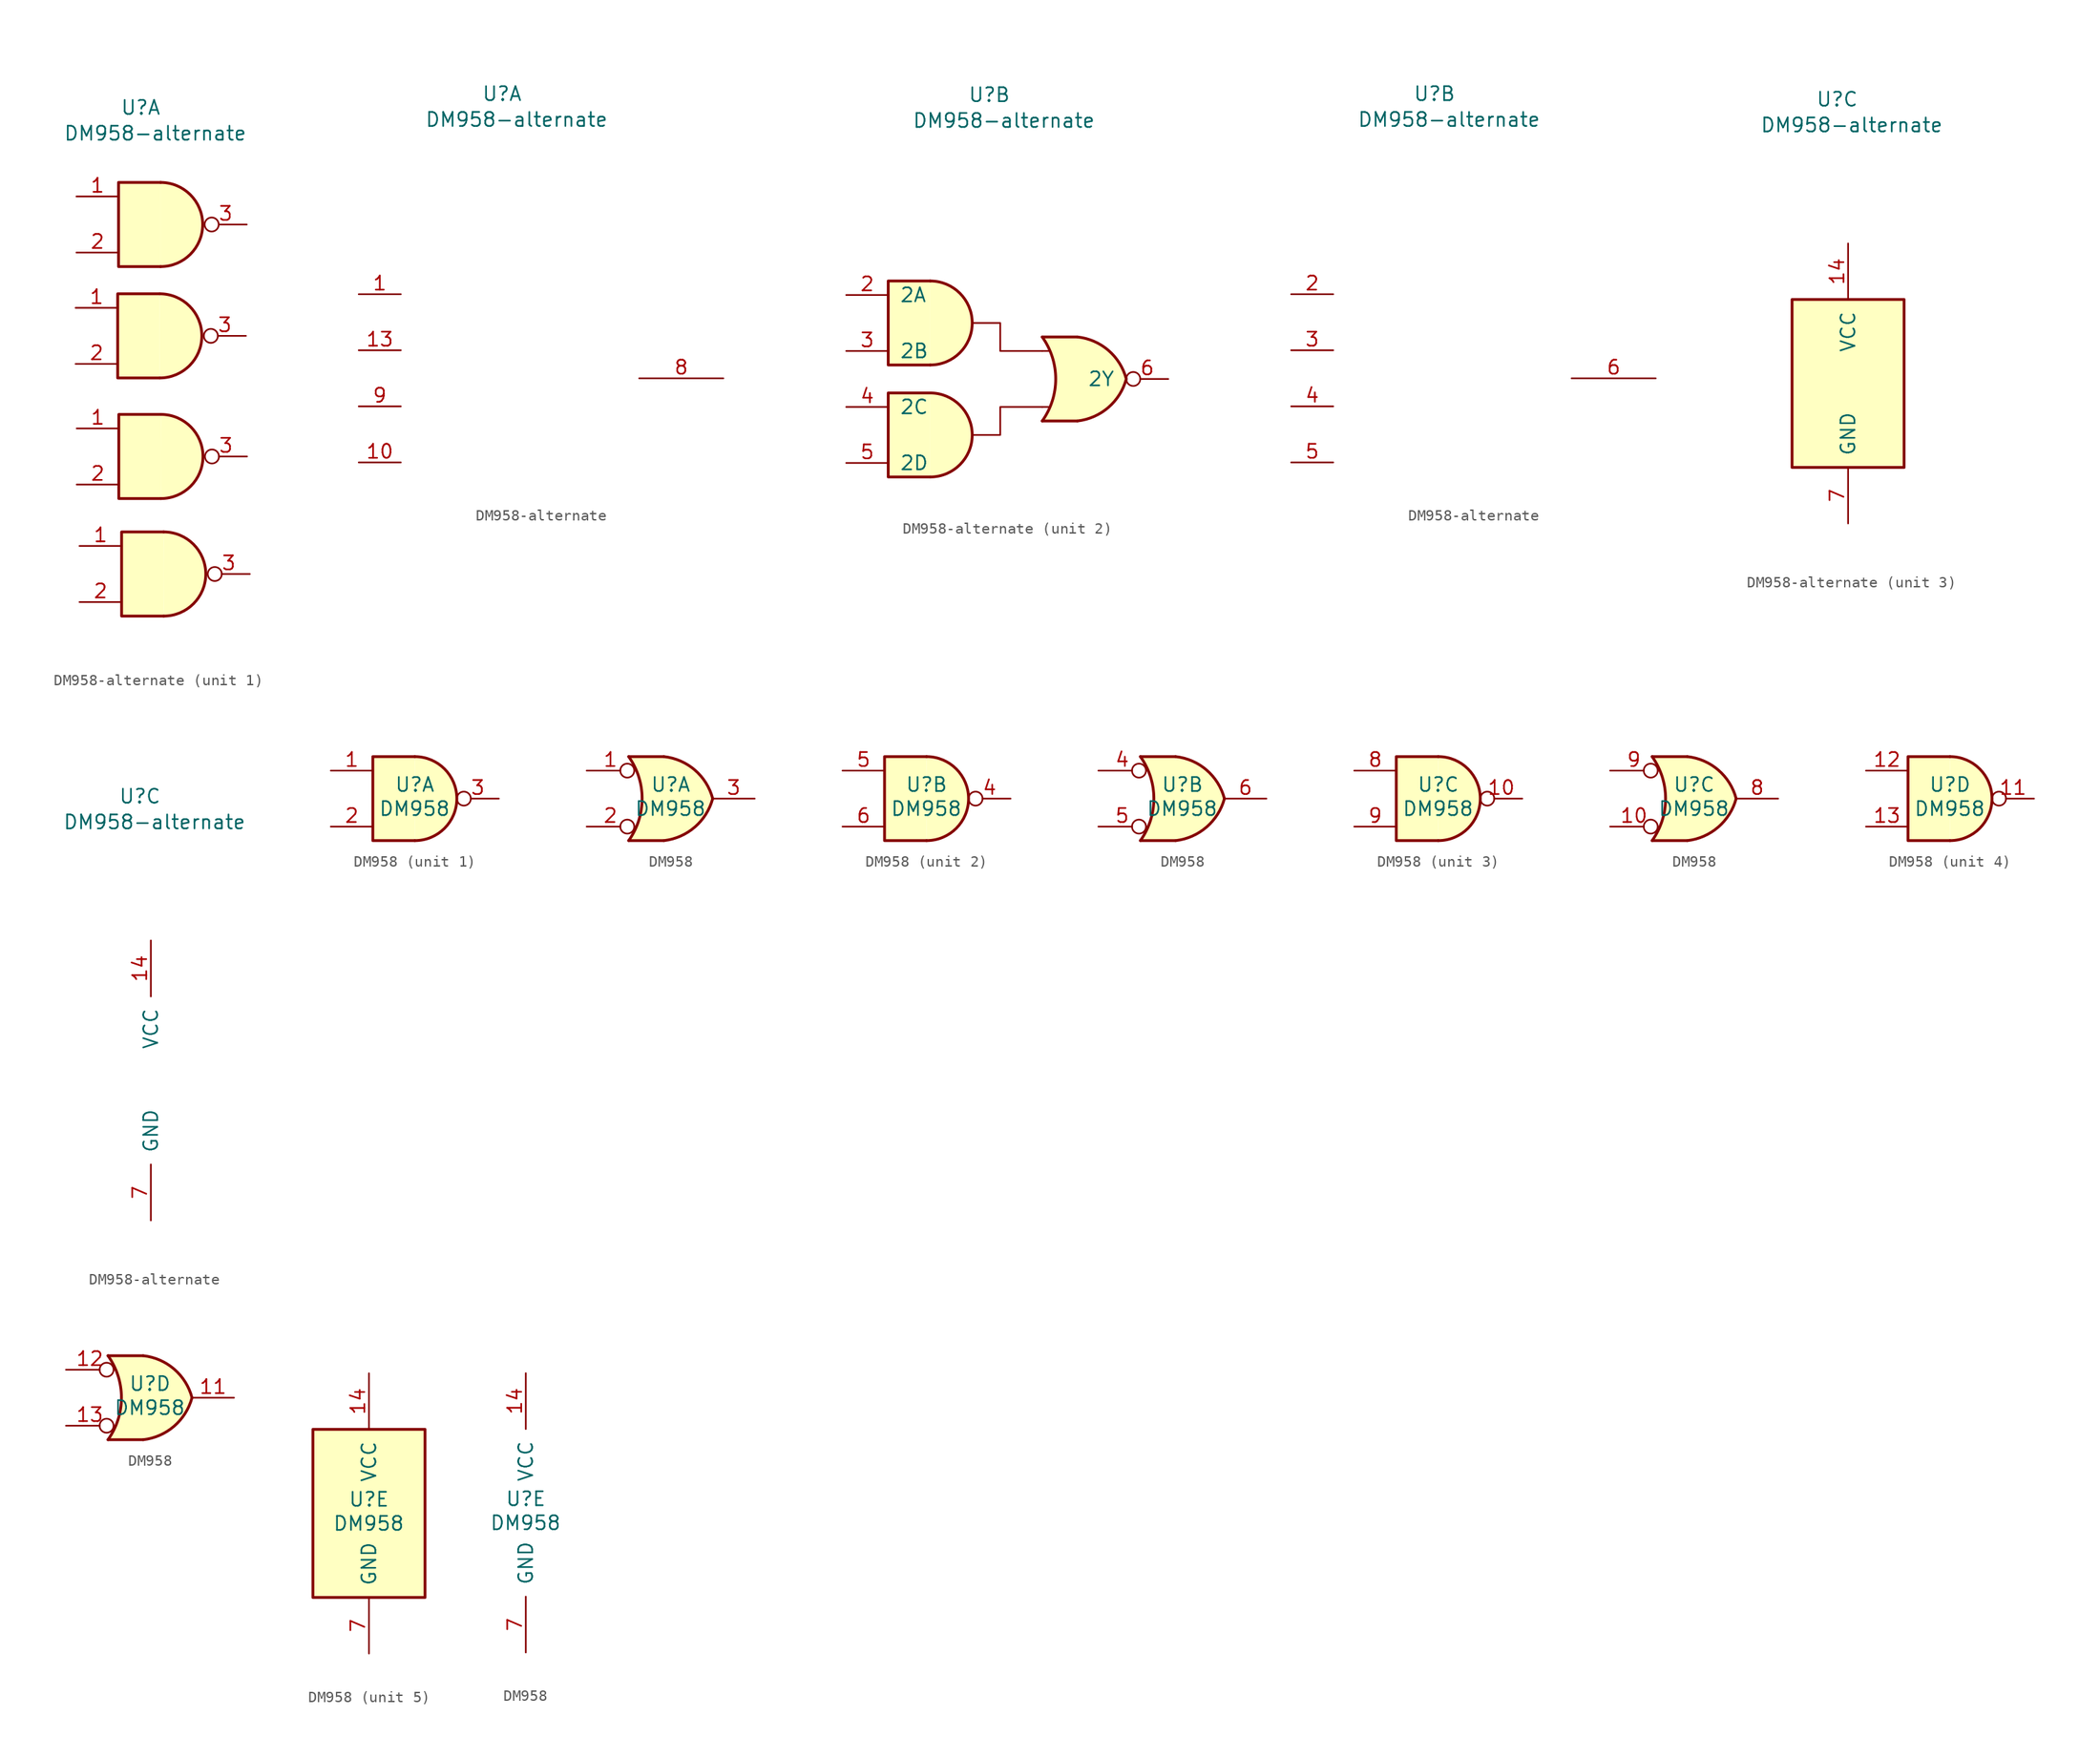
<source format=kicad_sym>
(kicad_symbol_lib
  (version 20220914)
  (generator kicad_symbol_editor)
  (symbol "DM958-alternate"
    (pin_names
      (offset 1.016))
    (property "Reference" "U"
      (at -0.991 25.781 0)
      (effects (font (size 1.27 1.27))))
    (property "Value" "DM958-alternate"
      (at 0.33 23.444 0)
      (effects (font (size 1.27 1.27))))
    (property "ki_locked" ""
      (at 0 0 0)
      (effects (font (size 1.27 1.27))))
    (symbol "DM958-alternate_1_1"
      (polyline (pts (xy 0.737 8.915) (xy -3.073 8.915) (xy -3.073 1.295) (xy 0.737 1.295)) (stroke (width 0.254) (type default)) (fill (type background)))
      (polyline (pts (xy 0.813 18.999) (xy -2.997 18.999) (xy -2.997 11.379) (xy 0.813 11.379)) (stroke (width 0.254) (type default)) (fill (type background)))
      (polyline (pts (xy 0.838 -2.007) (xy -2.972 -2.007) (xy -2.972 -9.627) (xy 0.838 -9.627)) (stroke (width 0.254) (type default)) (fill (type background)))
      (polyline (pts (xy 1.092 -12.649) (xy -2.718 -12.649) (xy -2.718 -20.269) (xy 1.092 -20.269)) (stroke (width 0.254) (type default)) (fill (type background)))
      (arc (start 0.7366 1.2954) (mid 4.53 5.1054) (end 0.7366 8.9154) (stroke (width 0.254) (type default)) (fill (type background)))
      (arc (start 0.8128 11.3792) (mid 4.6062 15.1892) (end 0.8128 18.9992) (stroke (width 0.254) (type default)) (fill (type background)))
      (arc (start 0.8382 -9.6266) (mid 4.6316 -5.8166) (end 0.8382 -2.0066) (stroke (width 0.254) (type default)) (fill (type background)))
      (arc (start 1.0922 -20.2692) (mid 4.8856 -16.4592) (end 1.0922 -12.6492) (stroke (width 0.254) (type default)) (fill (type background)))
      (pin input line (at -6.883 7.645 0) (length 3.81) (name "" (effects (font (size 1.27 1.27)))) (number "1" (effects (font (size 1.27 1.27)))))
      (pin input line (at -6.807 17.729 0) (length 3.81) (name "" (effects (font (size 1.27 1.27)))) (number "1" (effects (font (size 1.27 1.27)))))
      (pin input line (at -6.782 -3.277 0) (length 3.81) (name "" (effects (font (size 1.27 1.27)))) (number "1" (effects (font (size 1.27 1.27)))))
      (pin input line (at -6.528 -13.919 0) (length 3.81) (name "" (effects (font (size 1.27 1.27)))) (number "1" (effects (font (size 1.27 1.27)))))
      (pin input line (at -6.883 2.565 0) (length 3.81) (name "" (effects (font (size 1.27 1.27)))) (number "2" (effects (font (size 1.27 1.27)))))
      (pin input line (at -6.807 12.649 0) (length 3.81) (name "" (effects (font (size 1.27 1.27)))) (number "2" (effects (font (size 1.27 1.27)))))
      (pin input line (at -6.782 -8.357 0) (length 3.81) (name "" (effects (font (size 1.27 1.27)))) (number "2" (effects (font (size 1.27 1.27)))))
      (pin input line (at -6.528 -18.999 0) (length 3.81) (name "" (effects (font (size 1.27 1.27)))) (number "2" (effects (font (size 1.27 1.27)))))
      (pin output inverted (at 8.534 5.105 180) (length 3.81) (name "" (effects (font (size 1.27 1.27)))) (number "3" (effects (font (size 1.27 1.27)))))
      (pin output inverted (at 8.611 15.189 180) (length 3.81) (name "" (effects (font (size 1.27 1.27)))) (number "3" (effects (font (size 1.27 1.27)))))
      (pin output inverted (at 8.636 -5.817 180) (length 3.81) (name "" (effects (font (size 1.27 1.27)))) (number "3" (effects (font (size 1.27 1.27)))))
      (pin output inverted (at 8.89 -16.459 180) (length 3.81) (name "" (effects (font (size 1.27 1.27)))) (number "3" (effects (font (size 1.27 1.27))))))
    (symbol "DM958-alternate_1_2"
      (pin input line (at -13.97 7.62 0) (length 3.81) (name "~" (effects (font (size 1.27 1.27)))) (number "1" (effects (font (size 1.27 1.27)))))
      (pin input line (at -13.97 -7.62 0) (length 3.81) (name "~" (effects (font (size 1.27 1.27)))) (number "10" (effects (font (size 1.27 1.27)))))
      (pin input line (at -13.97 2.54 0) (length 3.81) (name "~" (effects (font (size 1.27 1.27)))) (number "13" (effects (font (size 1.27 1.27)))))
      (pin output line (at 19.05 0 180) (length 7.62) (name "" (effects (font (size 1.27 1.27)))) (number "8" (effects (font (size 1.27 1.27)))))
      (pin input line (at -13.97 -2.54 0) (length 3.81) (name "~" (effects (font (size 1.27 1.27)))) (number "9" (effects (font (size 1.27 1.27))))))
    (symbol "DM958-alternate_2_1"
      (arc (start -6.35 -8.89) (mid -2.5566 -5.08) (end -6.35 -1.27) (stroke (width 0.254) (type default)) (fill (type background)))
      (arc (start -6.35 1.27) (mid -2.5566 5.08) (end -6.35 8.89) (stroke (width 0.254) (type default)) (fill (type background)))
      (polyline (pts (xy 3.81 -3.81) (xy 6.985 -3.81)) (stroke (width 0.254) (type default)) (fill (type background)))
      (polyline (pts (xy 3.81 -2.54) (xy 4.521 -2.54)) (stroke (width 0) (type default)) (fill (type none)))
      (polyline (pts (xy 3.81 2.54) (xy 4.521 2.54)) (stroke (width 0) (type default)) (fill (type none)))
      (polyline (pts (xy 3.81 3.81) (xy 6.985 3.81)) (stroke (width 0.254) (type default)) (fill (type background)))
      (polyline (pts (xy -6.35 -1.27) (xy -10.16 -1.27) (xy -10.16 -8.89) (xy -6.35 -8.89)) (stroke (width 0.254) (type default)) (fill (type background)))
      (polyline (pts (xy -6.35 8.89) (xy -10.16 8.89) (xy -10.16 1.27) (xy -6.35 1.27)) (stroke (width 0.254) (type default)) (fill (type background)))
      (polyline (pts (xy -2.54 -5.08) (xy 0 -5.08) (xy 0 -2.54) (xy 3.81 -2.54)) (stroke (width 0) (type default)) (fill (type none)))
      (polyline (pts (xy -2.54 5.08) (xy 0 5.08) (xy 0 2.54) (xy 3.81 2.54)) (stroke (width 0) (type default)) (fill (type none)))
      (polyline (pts (xy 6.985 3.81) (xy 3.81 3.81) (xy 3.81 3.81) (xy 4.064 3.404) (xy 4.597 2.261) (xy 4.928 1.041) (xy 5.004 -0.254) (xy 4.851 -1.499) (xy 4.445 -2.718) (xy 3.81 -3.81) (xy 3.81 -3.81) (xy 6.985 -3.81)) (stroke (width -25.4) (type default)) (fill (type background)))
      (polyline (pts (xy 6.985 3.81) (xy 3.81 3.81) (xy 3.81 3.81) (xy 4.064 3.404) (xy 4.597 2.261) (xy 4.928 1.041) (xy 5.004 -0.254) (xy 4.851 -1.499) (xy 4.445 -2.718) (xy 3.81 -3.81) (xy 3.81 -3.81) (xy 6.985 -3.81)) (stroke (width -25.4) (type default)) (fill (type background)))
      (arc (start 3.81 -3.81) (mid 5.031 0) (end 3.81 3.81) (stroke (width 0.254) (type default)) (fill (type none)))
      (arc (start 7.0104 -3.81) (mid 9.8055 -2.584) (end 11.43 0) (stroke (width 0.254) (type default)) (fill (type background)))
      (arc (start 11.43 0) (mid 9.8128 2.5925) (end 7.0104 3.81) (stroke (width 0.254) (type default)) (fill (type background)))
      (pin input line (at -13.97 7.62 0) (length 3.81) (name "2A" (effects (font (size 1.27 1.27)))) (number "2" (effects (font (size 1.27 1.27)))))
      (pin input line (at -13.97 2.54 0) (length 3.81) (name "2B" (effects (font (size 1.27 1.27)))) (number "3" (effects (font (size 1.27 1.27)))))
      (pin input line (at -13.97 -2.54 0) (length 3.81) (name "2C" (effects (font (size 1.27 1.27)))) (number "4" (effects (font (size 1.27 1.27)))))
      (pin input line (at -13.97 -7.62 0) (length 3.81) (name "2D" (effects (font (size 1.27 1.27)))) (number "5" (effects (font (size 1.27 1.27)))))
      (pin output inverted (at 15.24 0 180) (length 3.81) (name "2Y" (effects (font (size 1.27 1.27)))) (number "6" (effects (font (size 1.27 1.27))))))
    (symbol "DM958-alternate_2_2"
      (pin input line (at -13.97 7.62 0) (length 3.81) (name "~" (effects (font (size 1.27 1.27)))) (number "2" (effects (font (size 1.27 1.27)))))
      (pin input line (at -13.97 2.54 0) (length 3.81) (name "~" (effects (font (size 1.27 1.27)))) (number "3" (effects (font (size 1.27 1.27)))))
      (pin input line (at -13.97 -2.54 0) (length 3.81) (name "~" (effects (font (size 1.27 1.27)))) (number "4" (effects (font (size 1.27 1.27)))))
      (pin input line (at -13.97 -7.62 0) (length 3.81) (name "~" (effects (font (size 1.27 1.27)))) (number "5" (effects (font (size 1.27 1.27)))))
      (pin output line (at 19.05 0 180) (length 7.62) (name "" (effects (font (size 1.27 1.27)))) (number "6" (effects (font (size 1.27 1.27))))))
    (symbol "DM958-alternate_3_0"
      (pin power_in line (at 0 12.7 270) (length 5.08) (name "VCC" (effects (font (size 1.27 1.27)))) (number "14" (effects (font (size 1.27 1.27)))))
      (pin power_in line (at 0 -12.7 90) (length 5.08) (name "GND" (effects (font (size 1.27 1.27)))) (number "7" (effects (font (size 1.27 1.27))))))
    (symbol "DM958-alternate_3_1"
      (rectangle (start -5.08 7.62) (end 5.08 -7.62) (stroke (width 0.254) (type default)) (fill (type background)))))
  (symbol "DM958"
    (pin_names
      (offset 1.016))
    (property "Reference" "U"
      (at 0 1.27 0)
      (effects (font (size 1.27 1.27))))
    (property "Value" "DM958"
      (at -0.025 -0.914 0)
      (effects (font (size 1.27 1.27))))
    (property "ki_locked" ""
      (at 0 0 0)
      (effects (font (size 1.27 1.27))))
    (symbol "DM958_1_1"
      (arc (start 0 -3.81) (mid 3.7934 0) (end 0 3.81) (stroke (width 0.254) (type default)) (fill (type background)))
      (polyline (pts (xy 0 3.81) (xy -3.81 3.81) (xy -3.81 -3.81) (xy 0 -3.81)) (stroke (width 0.254) (type default)) (fill (type background)))
      (pin input line (at -7.62 2.54 0) (length 3.81) (name "~" (effects (font (size 1.27 1.27)))) (number "1" (effects (font (size 1.27 1.27)))))
      (pin input line (at -7.62 -2.54 0) (length 3.81) (name "~" (effects (font (size 1.27 1.27)))) (number "2" (effects (font (size 1.27 1.27)))))
      (pin output inverted (at 7.62 0 180) (length 3.81) (name "~" (effects (font (size 1.27 1.27)))) (number "3" (effects (font (size 1.27 1.27))))))
    (symbol "DM958_1_2"
      (arc (start -3.81 -3.81) (mid -2.589 0) (end -3.81 3.81) (stroke (width 0.254) (type default)) (fill (type none)))
      (arc (start -0.6096 -3.81) (mid 2.1842 -2.5851) (end 3.81 0) (stroke (width 0.254) (type default)) (fill (type background)))
      (polyline (pts (xy -3.81 -3.81) (xy -0.635 -3.81)) (stroke (width 0.254) (type default)) (fill (type background)))
      (polyline (pts (xy -3.81 3.81) (xy -0.635 3.81)) (stroke (width 0.254) (type default)) (fill (type background)))
      (polyline (pts (xy -0.635 3.81) (xy -3.81 3.81) (xy -3.81 3.81) (xy -3.556 3.404) (xy -3.023 2.261) (xy -2.692 1.041) (xy -2.616 -0.254) (xy -2.769 -1.499) (xy -3.175 -2.718) (xy -3.81 -3.81) (xy -3.81 -3.81) (xy -0.635 -3.81)) (stroke (width -25.4) (type default)) (fill (type background)))
      (arc (start 3.81 0) (mid 2.1915 2.5936) (end -0.6096 3.81) (stroke (width 0.254) (type default)) (fill (type background)))
      (pin input inverted (at -7.62 2.54 0) (length 4.318) (name "~" (effects (font (size 1.27 1.27)))) (number "1" (effects (font (size 1.27 1.27)))))
      (pin input inverted (at -7.62 -2.54 0) (length 4.318) (name "~" (effects (font (size 1.27 1.27)))) (number "2" (effects (font (size 1.27 1.27)))))
      (pin output line (at 7.62 0 180) (length 3.81) (name "~" (effects (font (size 1.27 1.27)))) (number "3" (effects (font (size 1.27 1.27))))))
    (symbol "DM958_2_1"
      (arc (start 0 -3.81) (mid 3.7934 0) (end 0 3.81) (stroke (width 0.254) (type default)) (fill (type background)))
      (polyline (pts (xy 0 3.81) (xy -3.81 3.81) (xy -3.81 -3.81) (xy 0 -3.81)) (stroke (width 0.254) (type default)) (fill (type background)))
      (pin output inverted (at 7.62 0 180) (length 3.81) (name "~" (effects (font (size 1.27 1.27)))) (number "4" (effects (font (size 1.27 1.27)))))
      (pin input line (at -7.62 2.54 0) (length 3.81) (name "~" (effects (font (size 1.27 1.27)))) (number "5" (effects (font (size 1.27 1.27)))))
      (pin input line (at -7.62 -2.54 0) (length 3.81) (name "~" (effects (font (size 1.27 1.27)))) (number "6" (effects (font (size 1.27 1.27))))))
    (symbol "DM958_2_2"
      (arc (start -3.81 -3.81) (mid -2.589 0) (end -3.81 3.81) (stroke (width 0.254) (type default)) (fill (type none)))
      (arc (start -0.6096 -3.81) (mid 2.1842 -2.5851) (end 3.81 0) (stroke (width 0.254) (type default)) (fill (type background)))
      (polyline (pts (xy -3.81 -3.81) (xy -0.635 -3.81)) (stroke (width 0.254) (type default)) (fill (type background)))
      (polyline (pts (xy -3.81 3.81) (xy -0.635 3.81)) (stroke (width 0.254) (type default)) (fill (type background)))
      (polyline (pts (xy -0.635 3.81) (xy -3.81 3.81) (xy -3.81 3.81) (xy -3.556 3.404) (xy -3.023 2.261) (xy -2.692 1.041) (xy -2.616 -0.254) (xy -2.769 -1.499) (xy -3.175 -2.718) (xy -3.81 -3.81) (xy -3.81 -3.81) (xy -0.635 -3.81)) (stroke (width -25.4) (type default)) (fill (type background)))
      (arc (start 3.81 0) (mid 2.1915 2.5936) (end -0.6096 3.81) (stroke (width 0.254) (type default)) (fill (type background)))
      (pin input inverted (at -7.62 2.54 0) (length 4.318) (name "~" (effects (font (size 1.27 1.27)))) (number "4" (effects (font (size 1.27 1.27)))))
      (pin input inverted (at -7.62 -2.54 0) (length 4.318) (name "~" (effects (font (size 1.27 1.27)))) (number "5" (effects (font (size 1.27 1.27)))))
      (pin output line (at 7.62 0 180) (length 3.81) (name "~" (effects (font (size 1.27 1.27)))) (number "6" (effects (font (size 1.27 1.27))))))
    (symbol "DM958_3_1"
      (arc (start 0 -3.81) (mid 3.7934 0) (end 0 3.81) (stroke (width 0.254) (type default)) (fill (type background)))
      (polyline (pts (xy 0 3.81) (xy -3.81 3.81) (xy -3.81 -3.81) (xy 0 -3.81)) (stroke (width 0.254) (type default)) (fill (type background)))
      (pin output inverted (at 7.62 0 180) (length 3.81) (name "~" (effects (font (size 1.27 1.27)))) (number "10" (effects (font (size 1.27 1.27)))))
      (pin input line (at -7.62 2.54 0) (length 3.81) (name "~" (effects (font (size 1.27 1.27)))) (number "8" (effects (font (size 1.27 1.27)))))
      (pin input line (at -7.62 -2.54 0) (length 3.81) (name "~" (effects (font (size 1.27 1.27)))) (number "9" (effects (font (size 1.27 1.27))))))
    (symbol "DM958_3_2"
      (arc (start -3.81 -3.81) (mid -2.589 0) (end -3.81 3.81) (stroke (width 0.254) (type default)) (fill (type none)))
      (arc (start -0.6096 -3.81) (mid 2.1842 -2.5851) (end 3.81 0) (stroke (width 0.254) (type default)) (fill (type background)))
      (polyline (pts (xy -3.81 -3.81) (xy -0.635 -3.81)) (stroke (width 0.254) (type default)) (fill (type background)))
      (polyline (pts (xy -3.81 3.81) (xy -0.635 3.81)) (stroke (width 0.254) (type default)) (fill (type background)))
      (polyline (pts (xy -0.635 3.81) (xy -3.81 3.81) (xy -3.81 3.81) (xy -3.556 3.404) (xy -3.023 2.261) (xy -2.692 1.041) (xy -2.616 -0.254) (xy -2.769 -1.499) (xy -3.175 -2.718) (xy -3.81 -3.81) (xy -3.81 -3.81) (xy -0.635 -3.81)) (stroke (width -25.4) (type default)) (fill (type background)))
      (arc (start 3.81 0) (mid 2.1915 2.5936) (end -0.6096 3.81) (stroke (width 0.254) (type default)) (fill (type background)))
      (pin input inverted (at -7.62 -2.54 0) (length 4.318) (name "~" (effects (font (size 1.27 1.27)))) (number "10" (effects (font (size 1.27 1.27)))))
      (pin output line (at 7.62 0 180) (length 3.81) (name "~" (effects (font (size 1.27 1.27)))) (number "8" (effects (font (size 1.27 1.27)))))
      (pin input inverted (at -7.62 2.54 0) (length 4.318) (name "~" (effects (font (size 1.27 1.27)))) (number "9" (effects (font (size 1.27 1.27))))))
    (symbol "DM958_4_1"
      (arc (start 0 -3.81) (mid 3.7934 0) (end 0 3.81) (stroke (width 0.254) (type default)) (fill (type background)))
      (polyline (pts (xy 0 3.81) (xy -3.81 3.81) (xy -3.81 -3.81) (xy 0 -3.81)) (stroke (width 0.254) (type default)) (fill (type background)))
      (pin output inverted (at 7.62 0 180) (length 3.81) (name "~" (effects (font (size 1.27 1.27)))) (number "11" (effects (font (size 1.27 1.27)))))
      (pin input line (at -7.62 2.54 0) (length 3.81) (name "~" (effects (font (size 1.27 1.27)))) (number "12" (effects (font (size 1.27 1.27)))))
      (pin input line (at -7.62 -2.54 0) (length 3.81) (name "~" (effects (font (size 1.27 1.27)))) (number "13" (effects (font (size 1.27 1.27))))))
    (symbol "DM958_4_2"
      (arc (start -3.81 -3.81) (mid -2.589 0) (end -3.81 3.81) (stroke (width 0.254) (type default)) (fill (type none)))
      (arc (start -0.6096 -3.81) (mid 2.1842 -2.5851) (end 3.81 0) (stroke (width 0.254) (type default)) (fill (type background)))
      (polyline (pts (xy -3.81 -3.81) (xy -0.635 -3.81)) (stroke (width 0.254) (type default)) (fill (type background)))
      (polyline (pts (xy -3.81 3.81) (xy -0.635 3.81)) (stroke (width 0.254) (type default)) (fill (type background)))
      (polyline (pts (xy -0.635 3.81) (xy -3.81 3.81) (xy -3.81 3.81) (xy -3.556 3.404) (xy -3.023 2.261) (xy -2.692 1.041) (xy -2.616 -0.254) (xy -2.769 -1.499) (xy -3.175 -2.718) (xy -3.81 -3.81) (xy -3.81 -3.81) (xy -0.635 -3.81)) (stroke (width -25.4) (type default)) (fill (type background)))
      (arc (start 3.81 0) (mid 2.1915 2.5936) (end -0.6096 3.81) (stroke (width 0.254) (type default)) (fill (type background)))
      (pin output line (at 7.62 0 180) (length 3.81) (name "~" (effects (font (size 1.27 1.27)))) (number "11" (effects (font (size 1.27 1.27)))))
      (pin input inverted (at -7.62 2.54 0) (length 4.318) (name "~" (effects (font (size 1.27 1.27)))) (number "12" (effects (font (size 1.27 1.27)))))
      (pin input inverted (at -7.62 -2.54 0) (length 4.318) (name "~" (effects (font (size 1.27 1.27)))) (number "13" (effects (font (size 1.27 1.27))))))
    (symbol "DM958_5_0"
      (pin power_in line (at 0 12.7 270) (length 5.08) (name "VCC" (effects (font (size 1.27 1.27)))) (number "14" (effects (font (size 1.27 1.27)))))
      (pin power_in line (at 0 -12.7 90) (length 5.08) (name "GND" (effects (font (size 1.27 1.27)))) (number "7" (effects (font (size 1.27 1.27))))))
    (symbol "DM958_5_1"
      (rectangle (start -5.08 7.62) (end 5.08 -7.62) (stroke (width 0.254) (type default)) (fill (type background))))))
</source>
